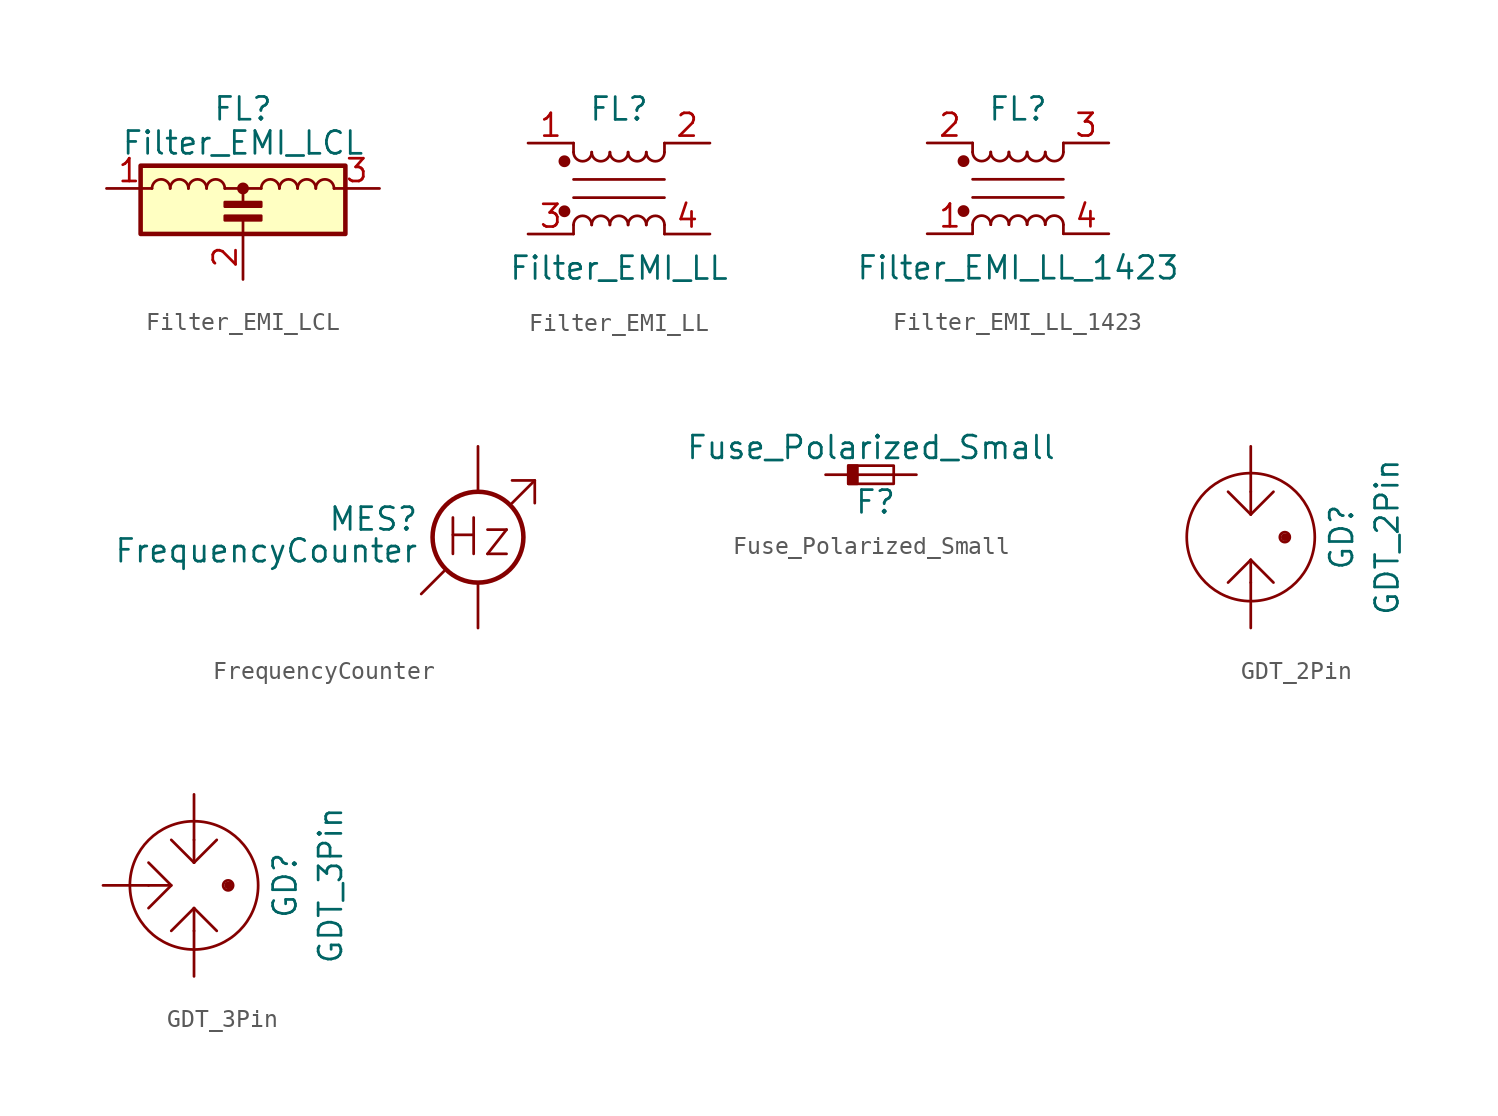
<source format=kicad_sym>
(kicad_symbol_lib
  (version 20201005)
  (generator kicad_symbol_editor)
  (symbol "Filter_EMI_LCL"
    (pin_names
      (offset 0.254) hide)
    (property "Reference" "FL"
      (at 0 6.985 0)
      (effects (font (size 1.27 1.27))))
    (property "Value" "Filter_EMI_LCL"
      (at 0 5.08 0)
      (effects (font (size 1.27 1.27))))
    (symbol "Filter_EMI_LCL_0_1"
      (arc (start -4.064 2.54) (end -5.08 2.54) (radius (at -4.572 2.54) (length 0.508) (angles 0.1 179.9)) (stroke (width 0)) (fill (type none)))
      (arc (start -3.048 2.54) (end -4.064 2.54) (radius (at -3.556 2.54) (length 0.508) (angles 0.1 179.9)) (stroke (width 0)) (fill (type none)))
      (arc (start -2.032 2.54) (end -3.048 2.54) (radius (at -2.54 2.54) (length 0.508) (angles 0.1 179.9)) (stroke (width 0)) (fill (type none)))
      (arc (start -1.016 2.54) (end -2.032 2.54) (radius (at -1.524 2.54) (length 0.508) (angles 0.1 179.9)) (stroke (width 0)) (fill (type none)))
      (arc (start 2.032 2.54) (end 1.016 2.54) (radius (at 1.524 2.54) (length 0.508) (angles 0.1 179.9)) (stroke (width 0)) (fill (type none)))
      (arc (start 3.048 2.54) (end 2.032 2.54) (radius (at 2.54 2.54) (length 0.508) (angles 0.1 179.9)) (stroke (width 0)) (fill (type none)))
      (arc (start 4.064 2.54) (end 3.048 2.54) (radius (at 3.556 2.54) (length 0.508) (angles 0.1 179.9)) (stroke (width 0)) (fill (type none)))
      (arc (start 5.08 2.54) (end 4.064 2.54) (radius (at 4.572 2.54) (length 0.508) (angles 0.1 179.9)) (stroke (width 0)) (fill (type none)))
      (circle (center 0 2.54) (radius 0.254) (stroke (width 0)) (fill (type outline)))
      (rectangle (start -1.016 0.762) (end 1.016 1.016) (stroke (width 0)) (fill (type outline)))
      (rectangle (start 1.016 1.524) (end -1.016 1.778) (stroke (width 0)) (fill (type outline)))
      (rectangle (start -5.715 3.81) (end 5.715 0) (stroke (width 0.254)) (fill (type background)))
      (polyline (pts (xy -1.016 2.54) (xy 1.016 2.54)) (stroke (width 0)) (fill (type none)))
      (polyline (pts (xy 0 0.762) (xy 0 0)) (stroke (width 0)) (fill (type none)))
      (polyline (pts (xy 0 2.54) (xy 0 1.778)) (stroke (width 0)) (fill (type none))))
    (symbol "Filter_EMI_LCL_1_1"
      (pin passive line (at -7.62 2.54 0) (length 2.54) (name "1" (effects (font (size 1.27 1.27)))) (number "1" (effects (font (size 1.27 1.27)))))
      (pin passive line (at 0 -2.54 90) (length 2.54) (name "2" (effects (font (size 1.27 1.27)))) (number "2" (effects (font (size 1.27 1.27)))))
      (pin passive line (at 7.62 2.54 180) (length 2.54) (name "3" (effects (font (size 1.27 1.27)))) (number "3" (effects (font (size 1.27 1.27)))))))
  (symbol "Filter_EMI_LL"
    (pin_names
      (offset 0.254) hide)
    (property "Reference" "FL"
      (at 0 4.445 0)
      (effects (font (size 1.27 1.27))))
    (property "Value" "Filter_EMI_LL"
      (at 0 -4.445 0)
      (effects (font (size 1.27 1.27))))
    (symbol "Filter_EMI_LL_0_1"
      (arc (start -1.524 -2.032) (end -2.54 -2.032) (radius (at -2.032 -2.032) (length 0.508) (angles 0.1 179.9)) (stroke (width 0)) (fill (type none)))
      (arc (start -2.54 2.032) (end -1.524 2.032) (radius (at -2.032 2.032) (length 0.508) (angles -179.9 -0.1)) (stroke (width 0)) (fill (type none)))
      (arc (start -0.508 -2.032) (end -1.524 -2.032) (radius (at -1.016 -2.032) (length 0.508) (angles 0.1 179.9)) (stroke (width 0)) (fill (type none)))
      (arc (start -1.524 2.032) (end -0.508 2.032) (radius (at -1.016 2.032) (length 0.508) (angles -179.9 -0.1)) (stroke (width 0)) (fill (type none)))
      (arc (start 0.508 -2.032) (end -0.508 -2.032) (radius (at 0 -2.032) (length 0.508) (angles 0.1 179.9)) (stroke (width 0)) (fill (type none)))
      (arc (start -0.508 2.032) (end 0.508 2.032) (radius (at 0 2.032) (length 0.508) (angles -179.9 -0.1)) (stroke (width 0)) (fill (type none)))
      (arc (start 1.524 -2.032) (end 0.508 -2.032) (radius (at 1.016 -2.032) (length 0.508) (angles 0.1 179.9)) (stroke (width 0)) (fill (type none)))
      (arc (start 0.508 2.032) (end 1.524 2.032) (radius (at 1.016 2.032) (length 0.508) (angles -179.9 -0.1)) (stroke (width 0)) (fill (type none)))
      (arc (start 2.54 -2.032) (end 1.524 -2.032) (radius (at 2.032 -2.032) (length 0.508) (angles 0.1 179.9)) (stroke (width 0)) (fill (type none)))
      (arc (start 1.524 2.032) (end 2.54 2.032) (radius (at 2.032 2.032) (length 0.508) (angles -179.9 -0.1)) (stroke (width 0)) (fill (type none)))
      (circle (center -3.048 -1.27) (radius 0.254) (stroke (width 0)) (fill (type outline)))
      (circle (center -3.048 1.524) (radius 0.254) (stroke (width 0)) (fill (type outline)))
      (polyline (pts (xy -2.54 -2.032) (xy -2.54 -2.54)) (stroke (width 0)) (fill (type none)))
      (polyline (pts (xy -2.54 0.508) (xy 2.54 0.508)) (stroke (width 0)) (fill (type none)))
      (polyline (pts (xy -2.54 2.032) (xy -2.54 2.54)) (stroke (width 0)) (fill (type none)))
      (polyline (pts (xy 2.54 -2.032) (xy 2.54 -2.54)) (stroke (width 0)) (fill (type none)))
      (polyline (pts (xy 2.54 -0.508) (xy -2.54 -0.508)) (stroke (width 0)) (fill (type none)))
      (polyline (pts (xy 2.54 2.54) (xy 2.54 2.032)) (stroke (width 0)) (fill (type none))))
    (symbol "Filter_EMI_LL_1_1"
      (pin passive line (at -5.08 2.54 0) (length 2.54) (name "1" (effects (font (size 1.27 1.27)))) (number "1" (effects (font (size 1.27 1.27)))))
      (pin passive line (at 5.08 2.54 180) (length 2.54) (name "2" (effects (font (size 1.27 1.27)))) (number "2" (effects (font (size 1.27 1.27)))))
      (pin passive line (at -5.08 -2.54 0) (length 2.54) (name "3" (effects (font (size 1.27 1.27)))) (number "3" (effects (font (size 1.27 1.27)))))
      (pin passive line (at 5.08 -2.54 180) (length 2.54) (name "4" (effects (font (size 1.27 1.27)))) (number "4" (effects (font (size 1.27 1.27)))))))
  (symbol "Filter_EMI_LL_1423"
    (pin_names hide)
    (property "Reference" "FL"
      (at 0 4.445 0)
      (effects (font (size 1.27 1.27))))
    (property "Value" "Filter_EMI_LL_1423"
      (at 0 -4.445 0)
      (effects (font (size 1.27 1.27))))
    (symbol "Filter_EMI_LL_1423_0_1"
      (arc (start -1.524 -2.032) (end -2.54 -2.032) (radius (at -2.032 -2.032) (length 0.508) (angles 0.1 179.9)) (stroke (width 0)) (fill (type none)))
      (arc (start -2.54 2.032) (end -1.524 2.032) (radius (at -2.032 2.032) (length 0.508) (angles -179.9 -0.1)) (stroke (width 0)) (fill (type none)))
      (arc (start -0.508 -2.032) (end -1.524 -2.032) (radius (at -1.016 -2.032) (length 0.508) (angles 0.1 179.9)) (stroke (width 0)) (fill (type none)))
      (arc (start -1.524 2.032) (end -0.508 2.032) (radius (at -1.016 2.032) (length 0.508) (angles -179.9 -0.1)) (stroke (width 0)) (fill (type none)))
      (arc (start 0.508 -2.032) (end -0.508 -2.032) (radius (at 0 -2.032) (length 0.508) (angles 0.1 179.9)) (stroke (width 0)) (fill (type none)))
      (arc (start -0.508 2.032) (end 0.508 2.032) (radius (at 0 2.032) (length 0.508) (angles -179.9 -0.1)) (stroke (width 0)) (fill (type none)))
      (arc (start 1.524 -2.032) (end 0.508 -2.032) (radius (at 1.016 -2.032) (length 0.508) (angles 0.1 179.9)) (stroke (width 0)) (fill (type none)))
      (arc (start 0.508 2.032) (end 1.524 2.032) (radius (at 1.016 2.032) (length 0.508) (angles -179.9 -0.1)) (stroke (width 0)) (fill (type none)))
      (arc (start 2.54 -2.032) (end 1.524 -2.032) (radius (at 2.032 -2.032) (length 0.508) (angles 0.1 179.9)) (stroke (width 0)) (fill (type none)))
      (arc (start 1.524 2.032) (end 2.54 2.032) (radius (at 2.032 2.032) (length 0.508) (angles -179.9 -0.1)) (stroke (width 0)) (fill (type none)))
      (circle (center -3.048 -1.27) (radius 0.254) (stroke (width 0)) (fill (type outline)))
      (circle (center -3.048 1.524) (radius 0.254) (stroke (width 0)) (fill (type outline)))
      (polyline (pts (xy -2.54 -2.032) (xy -2.54 -2.54)) (stroke (width 0)) (fill (type none)))
      (polyline (pts (xy -2.54 0.508) (xy 2.54 0.508)) (stroke (width 0)) (fill (type none)))
      (polyline (pts (xy -2.54 2.032) (xy -2.54 2.54)) (stroke (width 0)) (fill (type none)))
      (polyline (pts (xy 2.54 -2.032) (xy 2.54 -2.54)) (stroke (width 0)) (fill (type none)))
      (polyline (pts (xy 2.54 -0.508) (xy -2.54 -0.508)) (stroke (width 0)) (fill (type none)))
      (polyline (pts (xy 2.54 2.54) (xy 2.54 2.032)) (stroke (width 0)) (fill (type none))))
    (symbol "Filter_EMI_LL_1423_1_1"
      (pin passive line (at -5.08 -2.54 0) (length 2.54) (name "1" (effects (font (size 1.27 1.27)))) (number "1" (effects (font (size 1.27 1.27)))))
      (pin passive line (at -5.08 2.54 0) (length 2.54) (name "2" (effects (font (size 1.27 1.27)))) (number "2" (effects (font (size 1.27 1.27)))))
      (pin passive line (at 5.08 2.54 180) (length 2.54) (name "3" (effects (font (size 1.27 1.27)))) (number "3" (effects (font (size 1.27 1.27)))))
      (pin passive line (at 5.08 -2.54 180) (length 2.54) (name "4" (effects (font (size 1.27 1.27)))) (number "4" (effects (font (size 1.27 1.27)))))))
  (symbol "FrequencyCounter"
    (pin_numbers hide)
    (pin_names
      (offset 0.025) hide)
    (property "Reference" "MES"
      (at -3.302 1.016 0)
      (effects (font (size 1.27 1.27)) (justify right)))
    (property "Value" "FrequencyCounter"
      (at -3.302 -0.762 0)
      (effects (font (size 1.27 1.27)) (justify right)))
    (symbol "FrequencyCounter_0_0"
      (text "Hz" (at 0 0 0) (effects (font (size 2.032 2.032))))
      (polyline (pts (xy -3.175 -3.175) (xy -1.905 -1.905)) (stroke (width 0)) (fill (type none)))
      (polyline (pts (xy 1.905 1.905) (xy 3.175 3.175)) (stroke (width 0)) (fill (type none)))
      (polyline (pts (xy 1.905 3.175) (xy 3.175 3.175) (xy 3.175 1.905)) (stroke (width 0)) (fill (type none))))
    (symbol "FrequencyCounter_0_1"
      (circle (center 0 0) (radius 2.54) (stroke (width 0.254)) (fill (type none))))
    (symbol "FrequencyCounter_1_1"
      (pin passive line (at 0 -5.08 90) (length 2.54) (name "-" (effects (font (size 1.27 1.27)))) (number "1" (effects (font (size 1.27 1.27)))))
      (pin passive line (at 0 5.08 270) (length 2.54) (name "+" (effects (font (size 1.27 1.27)))) (number "2" (effects (font (size 1.27 1.27)))))))
  (symbol "Fuse_Polarized_Small"
    (pin_numbers hide)
    (pin_names
      (offset 0.254) hide)
    (property "Reference" "F"
      (at 0.254 -1.524 0)
      (effects (font (size 1.27 1.27))))
    (property "Value" "Fuse_Polarized_Small"
      (at 0 1.524 0)
      (effects (font (size 1.27 1.27))))
    (symbol "Fuse_Polarized_Small_0_1"
      (rectangle (start -1.27 0.508) (end 1.27 -0.508) (stroke (width 0)) (fill (type none)))
      (rectangle (start -1.27 0.508) (end -0.762 -0.508) (stroke (width 0)) (fill (type outline)))
      (polyline (pts (xy -1.27 0) (xy 1.27 0)) (stroke (width 0)) (fill (type none))))
    (symbol "Fuse_Polarized_Small_1_1"
      (pin power_in line (at -2.54 0 0) (length 1.27) (name "~" (effects (font (size 1.27 1.27)))) (number "1" (effects (font (size 1.27 1.27)))))
      (pin power_out line (at 2.54 0 180) (length 1.27) (name "~" (effects (font (size 1.27 1.27)))) (number "2" (effects (font (size 1.27 1.27)))))))
  (symbol "GDT_2Pin"
    (pin_numbers hide)
    (property "Reference" "GD"
      (at 5.08 0 90)
      (effects (font (size 1.27 1.27))))
    (property "Value" "GDT_2Pin"
      (at 7.62 0 90)
      (effects (font (size 1.27 1.27))))
    (symbol "GDT_2Pin_0_1"
      (circle (center 0 0) (radius 3.581) (stroke (width 0)) (fill (type none)))
      (circle (center 1.905 0) (radius 0.127) (stroke (width 0)) (fill (type none)))
      (circle (center 1.905 0) (radius 0.127) (stroke (width 0)) (fill (type none)))
      (circle (center 1.905 0) (radius 0.279) (stroke (width 0)) (fill (type none)))
      (circle (center 2.032 0) (radius 0.127) (stroke (width 0)) (fill (type none)))
      (polyline (pts (xy 0 -2.54) (xy 0 -1.27)) (stroke (width 0)) (fill (type none)))
      (polyline (pts (xy 0 -1.27) (xy -1.27 -2.54)) (stroke (width 0)) (fill (type none)))
      (polyline (pts (xy 0 -1.27) (xy 1.27 -2.54)) (stroke (width 0)) (fill (type none)))
      (polyline (pts (xy 0 1.27) (xy -1.27 2.54)) (stroke (width 0)) (fill (type none)))
      (polyline (pts (xy 0 1.27) (xy 1.27 2.54)) (stroke (width 0)) (fill (type none)))
      (polyline (pts (xy 0 2.54) (xy 0 1.27)) (stroke (width 0)) (fill (type none))))
    (symbol "GDT_2Pin_1_1"
      (pin passive line (at 0 -5.08 90) (length 2.54) (name "~" (effects (font (size 1.27 1.27)))) (number "1" (effects (font (size 1.27 1.27)))))
      (pin passive line (at 0 5.08 270) (length 2.54) (name "~" (effects (font (size 1.27 1.27)))) (number "3" (effects (font (size 1.27 1.27)))))))
  (symbol "GDT_3Pin"
    (pin_numbers hide)
    (property "Reference" "GD"
      (at 5.08 0 90)
      (effects (font (size 1.27 1.27))))
    (property "Value" "GDT_3Pin"
      (at 7.62 0 90)
      (effects (font (size 1.27 1.27))))
    (symbol "GDT_3Pin_0_1"
      (circle (center 0 0) (radius 3.581) (stroke (width 0)) (fill (type none)))
      (circle (center 1.905 0) (radius 0.127) (stroke (width 0)) (fill (type none)))
      (circle (center 1.905 0) (radius 0.127) (stroke (width 0)) (fill (type none)))
      (circle (center 1.905 0) (radius 0.279) (stroke (width 0)) (fill (type none)))
      (circle (center 2.032 0) (radius 0.127) (stroke (width 0)) (fill (type none)))
      (polyline (pts (xy -2.54 0) (xy -1.27 0)) (stroke (width 0)) (fill (type none)))
      (polyline (pts (xy 0 -2.54) (xy 0 -1.27)) (stroke (width 0)) (fill (type none)))
      (polyline (pts (xy 0 -1.27) (xy -1.27 -2.54)) (stroke (width 0)) (fill (type none)))
      (polyline (pts (xy 0 -1.27) (xy 1.27 -2.54)) (stroke (width 0)) (fill (type none)))
      (polyline (pts (xy 0 1.27) (xy -1.27 2.54)) (stroke (width 0)) (fill (type none)))
      (polyline (pts (xy 0 1.27) (xy 1.27 2.54)) (stroke (width 0)) (fill (type none)))
      (polyline (pts (xy 0 2.54) (xy 0 1.27)) (stroke (width 0)) (fill (type none)))
      (polyline (pts (xy -2.54 1.27) (xy -1.27 0) (xy -2.54 -1.27)) (stroke (width 0)) (fill (type none))))
    (symbol "GDT_3Pin_1_1"
      (pin passive line (at 0 -5.08 90) (length 2.54) (name "~" (effects (font (size 1.27 1.27)))) (number "1" (effects (font (size 1.27 1.27)))))
      (pin passive line (at -5.08 0 0) (length 2.54) (name "~" (effects (font (size 1.27 1.27)))) (number "2" (effects (font (size 1.27 1.27)))))
      (pin passive line (at 0 5.08 270) (length 2.54) (name "~" (effects (font (size 1.27 1.27)))) (number "3" (effects (font (size 1.27 1.27))))))))
</source>
